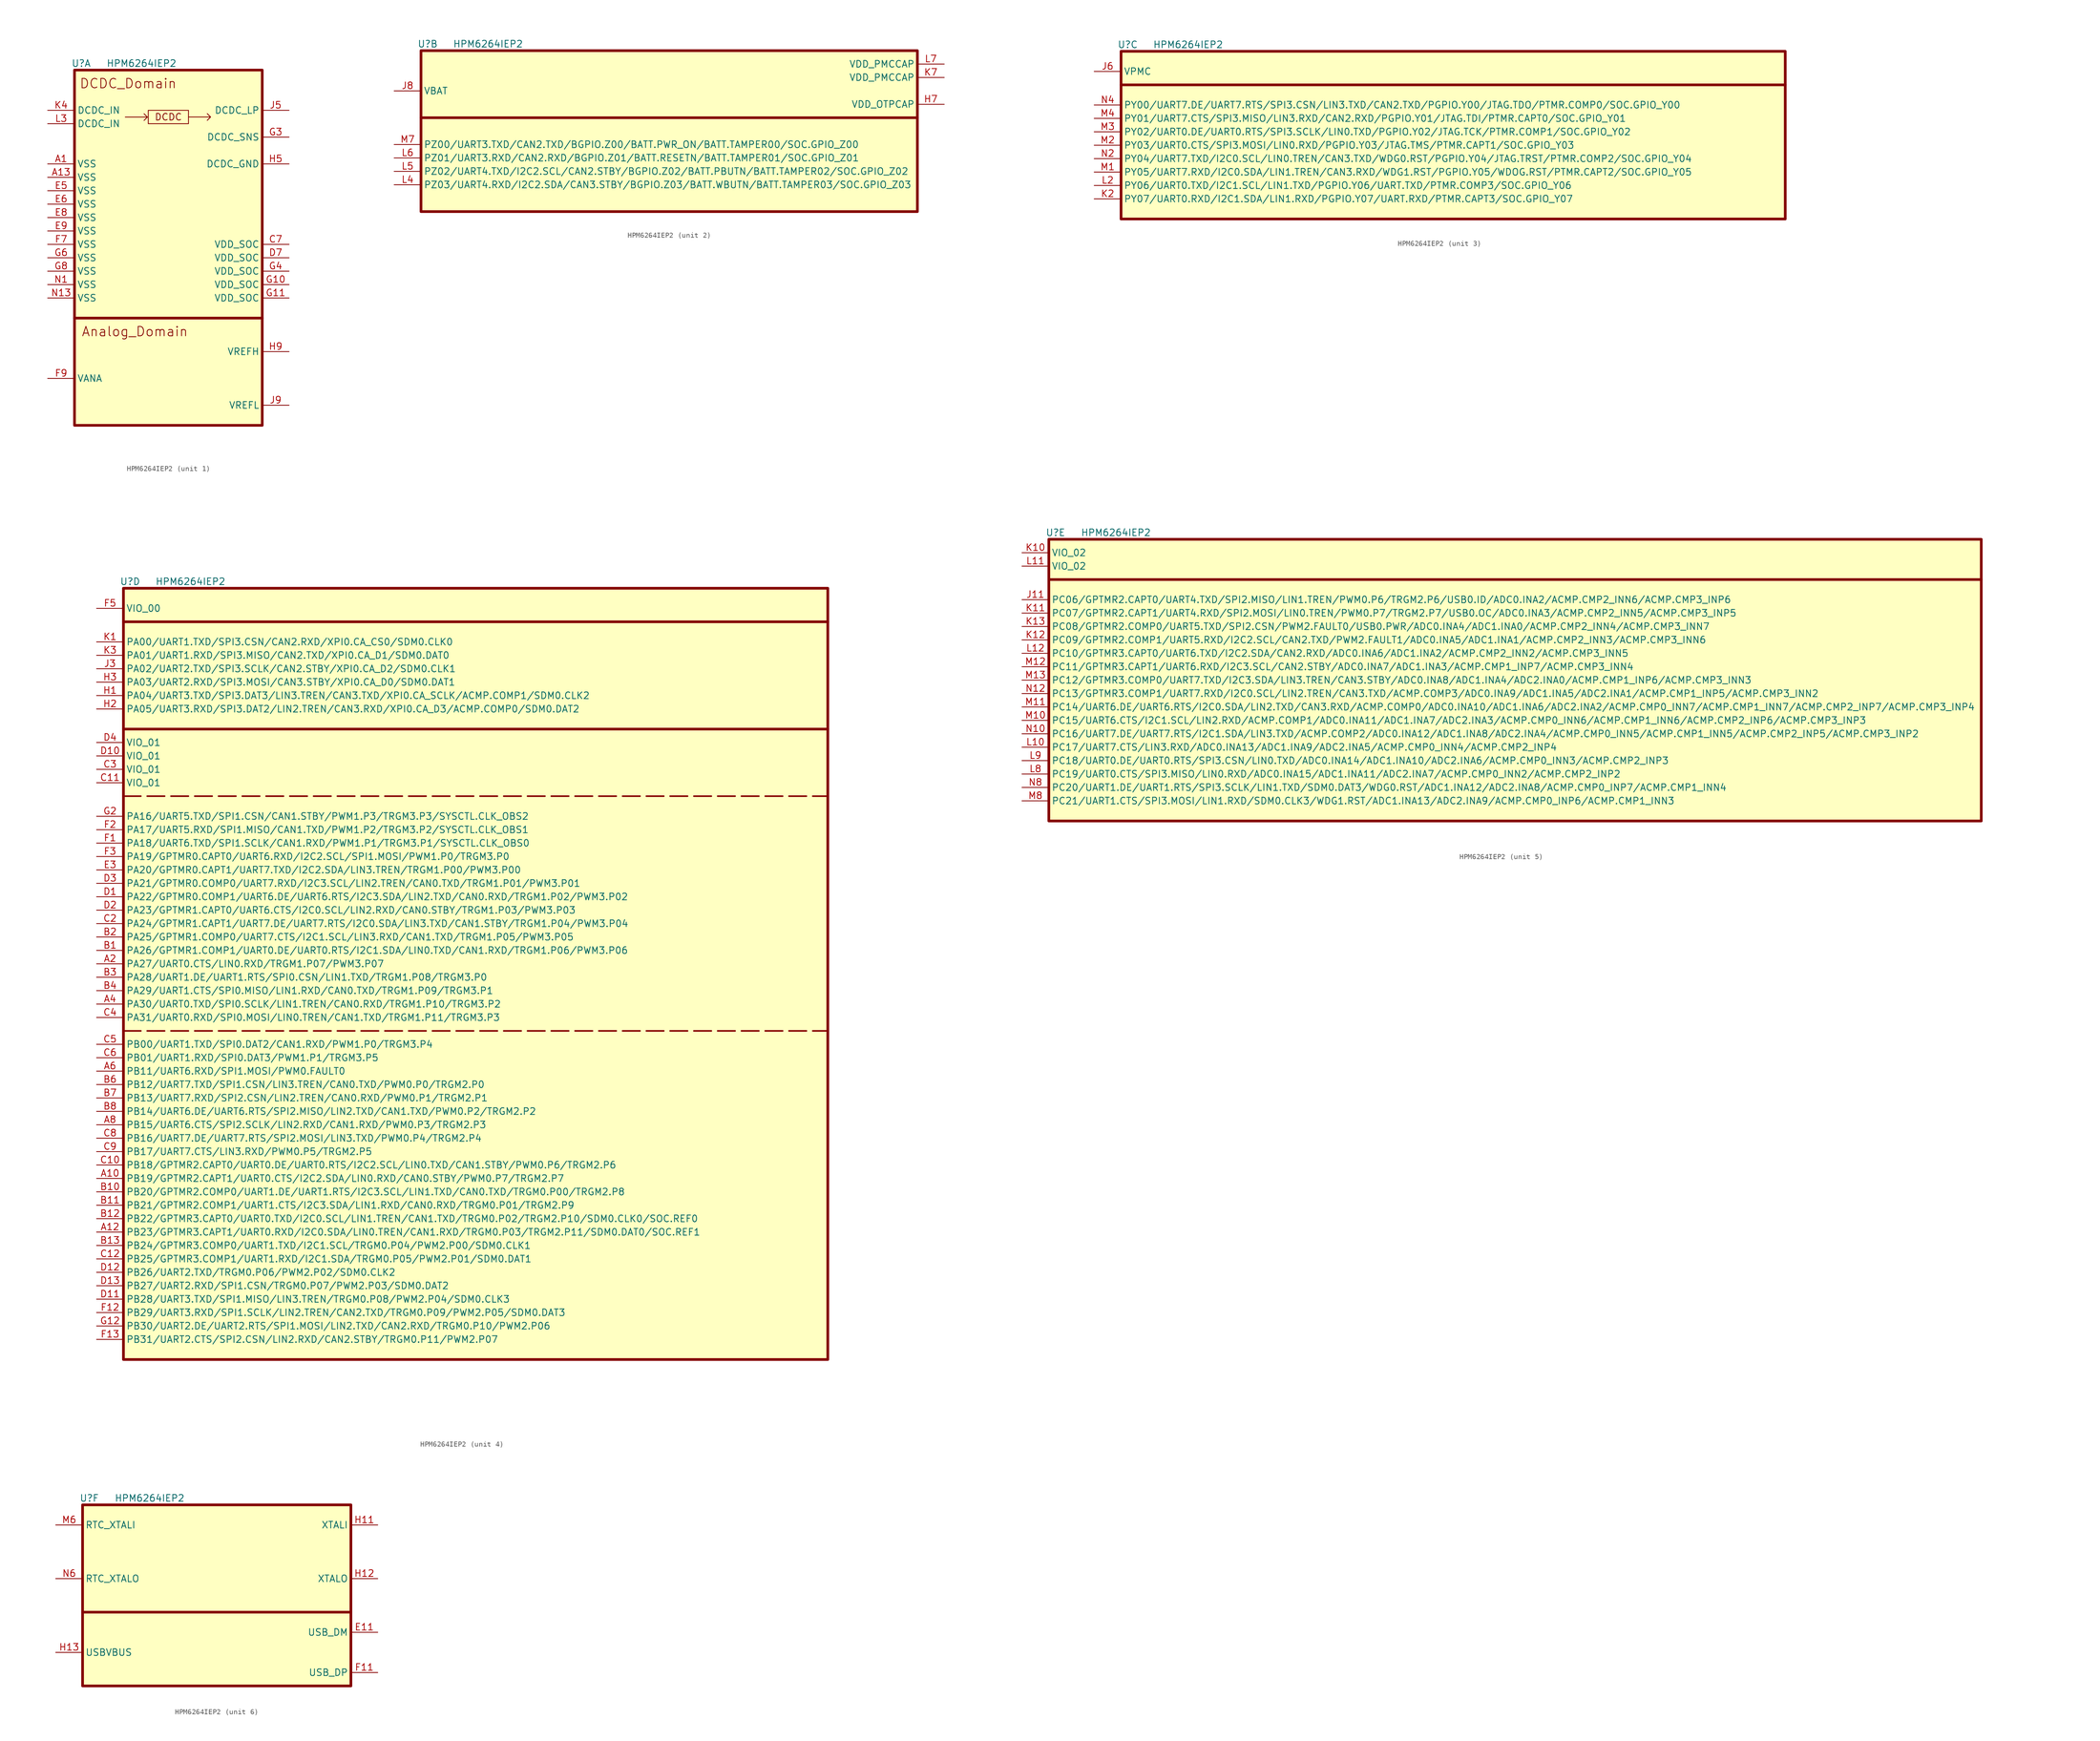
<source format=kicad_sym>
(kicad_symbol_lib
  (version 20220914)
  (generator kicad_symbol_editor)
  (symbol "HPM6264IEP2"
    (property "Reference" "U"
      (at 1.27 1.27 0)
      (effects (font (size 1.27 1.27))))
    (property "Value" "HPM6264IEP2"
      (at 12.7 1.27 0)
      (effects (font (size 1.27 1.27))))
    (symbol "HPM6264IEP2_1_1"
      (polyline (pts (xy 0 -46.99) (xy 35.56 -46.99)) (stroke (width 0.508) (type default)) (fill (type none)))
      (polyline (pts (xy 9.62 -8.907) (xy 9.999 -8.906) (xy 13.809 -8.906) (xy 13.174 -8.271) (xy 13.809 -8.906) (xy 13.174 -9.541)) (stroke (width 0) (type default)) (fill (type none)))
      (polyline (pts (xy 21.59 -8.89) (xy 21.97 -8.889) (xy 25.78 -8.889) (xy 25.145 -8.254) (xy 25.78 -8.889) (xy 25.145 -9.524)) (stroke (width 0) (type default)) (fill (type none)))
      (rectangle (start 0 0) (end 35.56 -67.31) (stroke (width 0.5) (type default)) (fill (type background)))
      (rectangle (start 13.97 -7.62) (end 21.59 -10.16) (stroke (width 0) (type default)) (fill (type none)))
      (text "Analog_Domain" (at 11.43 -49.53 0) (effects (font (size 1.778 1.778))))
      (text "DCDC" (at 17.78 -8.89 0) (effects (font (size 1.27 1.27))))
      (text "DCDC_Domain" (at 10.16 -2.54 0) (effects (font (size 1.778 1.778))))
      (pin power_out line (at -5.08 -17.78 0) (length 5.08) (name "VSS" (effects (font (size 1.27 1.27)))) (number "A1" (effects (font (size 1.27 1.27)))))
      (pin power_out line (at -5.08 -20.32 0) (length 5.08) (name "VSS" (effects (font (size 1.27 1.27)))) (number "A13" (effects (font (size 1.27 1.27)))))
      (pin power_in line (at 40.64 -33.02 180) (length 5.08) (name "VDD_SOC" (effects (font (size 1.27 1.27)))) (number "C7" (effects (font (size 1.27 1.27)))))
      (pin power_in line (at 40.64 -35.56 180) (length 5.08) (name "VDD_SOC" (effects (font (size 1.27 1.27)))) (number "D7" (effects (font (size 1.27 1.27)))))
      (pin power_out line (at -5.08 -22.86 0) (length 5.08) (name "VSS" (effects (font (size 1.27 1.27)))) (number "E5" (effects (font (size 1.27 1.27)))))
      (pin power_out line (at -5.08 -25.4 0) (length 5.08) (name "VSS" (effects (font (size 1.27 1.27)))) (number "E6" (effects (font (size 1.27 1.27)))))
      (pin power_out line (at -5.08 -27.94 0) (length 5.08) (name "VSS" (effects (font (size 1.27 1.27)))) (number "E8" (effects (font (size 1.27 1.27)))))
      (pin power_out line (at -5.08 -30.48 0) (length 5.08) (name "VSS" (effects (font (size 1.27 1.27)))) (number "E9" (effects (font (size 1.27 1.27)))))
      (pin power_out line (at -5.08 -33.02 0) (length 5.08) (name "VSS" (effects (font (size 1.27 1.27)))) (number "F7" (effects (font (size 1.27 1.27)))))
      (pin power_in line (at -5.08 -58.42 0) (length 5.08) (name "VANA" (effects (font (size 1.27 1.27)))) (number "F9" (effects (font (size 1.27 1.27)))))
      (pin power_in line (at 40.64 -40.64 180) (length 5.08) (name "VDD_SOC" (effects (font (size 1.27 1.27)))) (number "G10" (effects (font (size 1.27 1.27)))))
      (pin power_in line (at 40.64 -43.18 180) (length 5.08) (name "VDD_SOC" (effects (font (size 1.27 1.27)))) (number "G11" (effects (font (size 1.27 1.27)))))
      (pin input line (at 40.64 -12.7 180) (length 5.08) (name "DCDC_SNS" (effects (font (size 1.27 1.27)))) (number "G3" (effects (font (size 1.27 1.27)))))
      (pin power_in line (at 40.64 -38.1 180) (length 5.08) (name "VDD_SOC" (effects (font (size 1.27 1.27)))) (number "G4" (effects (font (size 1.27 1.27)))))
      (pin power_out line (at -5.08 -35.56 0) (length 5.08) (name "VSS" (effects (font (size 1.27 1.27)))) (number "G6" (effects (font (size 1.27 1.27)))))
      (pin power_out line (at -5.08 -38.1 0) (length 5.08) (name "VSS" (effects (font (size 1.27 1.27)))) (number "G8" (effects (font (size 1.27 1.27)))))
      (pin power_out line (at 40.64 -17.78 180) (length 5.08) (name "DCDC_GND" (effects (font (size 1.27 1.27)))) (number "H5" (effects (font (size 1.27 1.27)))))
      (pin power_in line (at 40.64 -53.34 180) (length 5.08) (name "VREFH" (effects (font (size 1.27 1.27)))) (number "H9" (effects (font (size 1.27 1.27)))))
      (pin power_out line (at 40.64 -7.62 180) (length 5.08) (name "DCDC_LP" (effects (font (size 1.27 1.27)))) (number "J5" (effects (font (size 1.27 1.27)))))
      (pin power_out line (at 40.64 -63.5 180) (length 5.08) (name "VREFL" (effects (font (size 1.27 1.27)))) (number "J9" (effects (font (size 1.27 1.27)))))
      (pin power_in line (at -5.08 -7.62 0) (length 5.08) (name "DCDC_IN" (effects (font (size 1.27 1.27)))) (number "K4" (effects (font (size 1.27 1.27)))))
      (pin power_in line (at -5.08 -10.16 0) (length 5.08) (name "DCDC_IN" (effects (font (size 1.27 1.27)))) (number "L3" (effects (font (size 1.27 1.27)))))
      (pin power_out line (at -5.08 -40.64 0) (length 5.08) (name "VSS" (effects (font (size 1.27 1.27)))) (number "N1" (effects (font (size 1.27 1.27)))))
      (pin power_out line (at -5.08 -43.18 0) (length 5.08) (name "VSS" (effects (font (size 1.27 1.27)))) (number "N13" (effects (font (size 1.27 1.27))))))
    (symbol "HPM6264IEP2_2_1"
      (polyline (pts (xy 0 -12.7) (xy 93.98 -12.7)) (stroke (width 0.5) (type default)) (fill (type none)))
      (rectangle (start 0 0) (end 93.98 -30.48) (stroke (width 0.508) (type default)) (fill (type background)))
      (pin power_out line (at 99.06 -10.16 180) (length 5.08) (name "VDD_OTPCAP" (effects (font (size 1.27 1.27)))) (number "H7" (effects (font (size 1.27 1.27)))))
      (pin power_in line (at -5.08 -7.62 0) (length 5.08) (name "VBAT" (effects (font (size 1.27 1.27)))) (number "J8" (effects (font (size 1.27 1.27)))))
      (pin power_out line (at 99.06 -5.08 180) (length 5.08) (name "VDD_PMCCAP" (effects (font (size 1.27 1.27)))) (number "K7" (effects (font (size 1.27 1.27)))))
      (pin bidirectional line (at -5.08 -25.4 0) (length 5.08) (name "PZ03/UART4.RXD/I2C2.SDA/CAN3.STBY/BGPIO.Z03/BATT.WBUTN/BATT.TAMPER03/SOC.GPIO_Z03" (effects (font (size 1.27 1.27)))) (number "L4" (effects (font (size 1.27 1.27)))))
      (pin bidirectional line (at -5.08 -22.86 0) (length 5.08) (name "PZ02/UART4.TXD/I2C2.SCL/CAN2.STBY/BGPIO.Z02/BATT.PBUTN/BATT.TAMPER02/SOC.GPIO_Z02" (effects (font (size 1.27 1.27)))) (number "L5" (effects (font (size 1.27 1.27)))))
      (pin bidirectional line (at -5.08 -20.32 0) (length 5.08) (name "PZ01/UART3.RXD/CAN2.RXD/BGPIO.Z01/BATT.RESETN/BATT.TAMPER01/SOC.GPIO_Z01" (effects (font (size 1.27 1.27)))) (number "L6" (effects (font (size 1.27 1.27)))))
      (pin power_out line (at 99.06 -2.54 180) (length 5.08) (name "VDD_PMCCAP" (effects (font (size 1.27 1.27)))) (number "L7" (effects (font (size 1.27 1.27)))))
      (pin bidirectional line (at -5.08 -17.78 0) (length 5.08) (name "PZ00/UART3.TXD/CAN2.TXD/BGPIO.Z00/BATT.PWR_ON/BATT.TAMPER00/SOC.GPIO_Z00" (effects (font (size 1.27 1.27)))) (number "M7" (effects (font (size 1.27 1.27))))))
    (symbol "HPM6264IEP2_3_1"
      (polyline (pts (xy 0 -6.35) (xy 125.73 -6.35)) (stroke (width 0.5) (type default)) (fill (type none)))
      (rectangle (start 0 0) (end 125.73 -31.75) (stroke (width 0.508) (type default)) (fill (type background)))
      (pin bidirectional line (at -5.08 -3.81 0) (length 5.08) (name "VPMC" (effects (font (size 1.27 1.27)))) (number "J6" (effects (font (size 1.27 1.27)))))
      (pin bidirectional line (at -5.08 -27.94 0) (length 5.08) (name "PY07/UART0.RXD/I2C1.SDA/LIN1.RXD/PGPIO.Y07/UART.RXD/PTMR.CAPT3/SOC.GPIO_Y07" (effects (font (size 1.27 1.27)))) (number "K2" (effects (font (size 1.27 1.27)))))
      (pin bidirectional line (at -5.08 -25.4 0) (length 5.08) (name "PY06/UART0.TXD/I2C1.SCL/LIN1.TXD/PGPIO.Y06/UART.TXD/PTMR.COMP3/SOC.GPIO_Y06" (effects (font (size 1.27 1.27)))) (number "L2" (effects (font (size 1.27 1.27)))))
      (pin bidirectional line (at -5.08 -22.86 0) (length 5.08) (name "PY05/UART7.RXD/I2C0.SDA/LIN1.TREN/CAN3.RXD/WDG1.RST/PGPIO.Y05/WDOG.RST/PTMR.CAPT2/SOC.GPIO_Y05" (effects (font (size 1.27 1.27)))) (number "M1" (effects (font (size 1.27 1.27)))))
      (pin bidirectional line (at -5.08 -17.78 0) (length 5.08) (name "PY03/UART0.CTS/SPI3.MOSI/LIN0.RXD/PGPIO.Y03/JTAG.TMS/PTMR.CAPT1/SOC.GPIO_Y03" (effects (font (size 1.27 1.27)))) (number "M2" (effects (font (size 1.27 1.27)))))
      (pin bidirectional line (at -5.08 -15.24 0) (length 5.08) (name "PY02/UART0.DE/UART0.RTS/SPI3.SCLK/LIN0.TXD/PGPIO.Y02/JTAG.TCK/PTMR.COMP1/SOC.GPIO_Y02" (effects (font (size 1.27 1.27)))) (number "M3" (effects (font (size 1.27 1.27)))))
      (pin bidirectional line (at -5.08 -12.7 0) (length 5.08) (name "PY01/UART7.CTS/SPI3.MISO/LIN3.RXD/CAN2.RXD/PGPIO.Y01/JTAG.TDI/PTMR.CAPT0/SOC.GPIO_Y01" (effects (font (size 1.27 1.27)))) (number "M4" (effects (font (size 1.27 1.27)))))
      (pin bidirectional line (at -5.08 -20.32 0) (length 5.08) (name "PY04/UART7.TXD/I2C0.SCL/LIN0.TREN/CAN3.TXD/WDG0.RST/PGPIO.Y04/JTAG.TRST/PTMR.COMP2/SOC.GPIO_Y04" (effects (font (size 1.27 1.27)))) (number "N2" (effects (font (size 1.27 1.27)))))
      (pin bidirectional line (at -5.08 -10.16 0) (length 5.08) (name "PY00/UART7.DE/UART7.RTS/SPI3.CSN/LIN3.TXD/CAN2.TXD/PGPIO.Y00/JTAG.TDO/PTMR.COMP0/SOC.GPIO_Y00" (effects (font (size 1.27 1.27)))) (number "N4" (effects (font (size 1.27 1.27))))))
    (symbol "HPM6264IEP2_4_1"
      (polyline (pts (xy 0 -83.82) (xy 133.35 -83.82)) (stroke (width 0.3) (type dash)) (fill (type none)))
      (polyline (pts (xy 0 -39.37) (xy 133.35 -39.37)) (stroke (width 0.3) (type dash)) (fill (type none)))
      (polyline (pts (xy 0 -26.67) (xy 133.35 -26.67)) (stroke (width 0.5) (type default)) (fill (type none)))
      (polyline (pts (xy 0 -6.35) (xy 133.35 -6.35)) (stroke (width 0.5) (type default)) (fill (type none)))
      (rectangle (start 0 0) (end 133.35 -146.05) (stroke (width 0.508) (type default)) (fill (type background)))
      (pin bidirectional line (at -5.08 -111.76 0) (length 5.08) (name "PB19/GPTMR2.CAPT1/UART0.CTS/I2C2.SDA/LIN0.RXD/CAN0.STBY/PWM0.P7/TRGM2.P7" (effects (font (size 1.27 1.27)))) (number "A10" (effects (font (size 1.27 1.27)))))
      (pin bidirectional line (at -5.08 -121.92 0) (length 5.08) (name "PB23/GPTMR3.CAPT1/UART0.RXD/I2C0.SDA/LIN0.TREN/CAN1.RXD/TRGM0.P03/TRGM2.P11/SDM0.DAT0/SOC.REF1" (effects (font (size 1.27 1.27)))) (number "A12" (effects (font (size 1.27 1.27)))))
      (pin bidirectional line (at -5.08 -71.12 0) (length 5.08) (name "PA27/UART0.CTS/LIN0.RXD/TRGM1.P07/PWM3.P07" (effects (font (size 1.27 1.27)))) (number "A2" (effects (font (size 1.27 1.27)))))
      (pin bidirectional line (at -5.08 -78.74 0) (length 5.08) (name "PA30/UART0.TXD/SPI0.SCLK/LIN1.TREN/CAN0.RXD/TRGM1.P10/TRGM3.P2" (effects (font (size 1.27 1.27)))) (number "A4" (effects (font (size 1.27 1.27)))))
      (pin bidirectional line (at -5.08 -91.44 0) (length 5.08) (name "PB11/UART6.RXD/SPI1.MOSI/PWM0.FAULT0" (effects (font (size 1.27 1.27)))) (number "A6" (effects (font (size 1.27 1.27)))))
      (pin bidirectional line (at -5.08 -101.6 0) (length 5.08) (name "PB15/UART6.CTS/SPI2.SCLK/LIN2.RXD/CAN1.RXD/PWM0.P3/TRGM2.P3" (effects (font (size 1.27 1.27)))) (number "A8" (effects (font (size 1.27 1.27)))))
      (pin bidirectional line (at -5.08 -68.58 0) (length 5.08) (name "PA26/GPTMR1.COMP1/UART0.DE/UART0.RTS/I2C1.SDA/LIN0.TXD/CAN1.RXD/TRGM1.P06/PWM3.P06" (effects (font (size 1.27 1.27)))) (number "B1" (effects (font (size 1.27 1.27)))))
      (pin bidirectional line (at -5.08 -114.3 0) (length 5.08) (name "PB20/GPTMR2.COMP0/UART1.DE/UART1.RTS/I2C3.SCL/LIN1.TXD/CAN0.TXD/TRGM0.P00/TRGM2.P8" (effects (font (size 1.27 1.27)))) (number "B10" (effects (font (size 1.27 1.27)))))
      (pin bidirectional line (at -5.08 -116.84 0) (length 5.08) (name "PB21/GPTMR2.COMP1/UART1.CTS/I2C3.SDA/LIN1.RXD/CAN0.RXD/TRGM0.P01/TRGM2.P9" (effects (font (size 1.27 1.27)))) (number "B11" (effects (font (size 1.27 1.27)))))
      (pin bidirectional line (at -5.08 -119.38 0) (length 5.08) (name "PB22/GPTMR3.CAPT0/UART0.TXD/I2C0.SCL/LIN1.TREN/CAN1.TXD/TRGM0.P02/TRGM2.P10/SDM0.CLK0/SOC.REF0" (effects (font (size 1.27 1.27)))) (number "B12" (effects (font (size 1.27 1.27)))))
      (pin bidirectional line (at -5.08 -124.46 0) (length 5.08) (name "PB24/GPTMR3.COMP0/UART1.TXD/I2C1.SCL/TRGM0.P04/PWM2.P00/SDM0.CLK1" (effects (font (size 1.27 1.27)))) (number "B13" (effects (font (size 1.27 1.27)))))
      (pin bidirectional line (at -5.08 -66.04 0) (length 5.08) (name "PA25/GPTMR1.COMP0/UART7.CTS/I2C1.SCL/LIN3.RXD/CAN1.TXD/TRGM1.P05/PWM3.P05" (effects (font (size 1.27 1.27)))) (number "B2" (effects (font (size 1.27 1.27)))))
      (pin bidirectional line (at -5.08 -73.66 0) (length 5.08) (name "PA28/UART1.DE/UART1.RTS/SPI0.CSN/LIN1.TXD/TRGM1.P08/TRGM3.P0" (effects (font (size 1.27 1.27)))) (number "B3" (effects (font (size 1.27 1.27)))))
      (pin bidirectional line (at -5.08 -76.2 0) (length 5.08) (name "PA29/UART1.CTS/SPI0.MISO/LIN1.RXD/CAN0.TXD/TRGM1.P09/TRGM3.P1" (effects (font (size 1.27 1.27)))) (number "B4" (effects (font (size 1.27 1.27)))))
      (pin bidirectional line (at -5.08 -93.98 0) (length 5.08) (name "PB12/UART7.TXD/SPI1.CSN/LIN3.TREN/CAN0.TXD/PWM0.P0/TRGM2.P0" (effects (font (size 1.27 1.27)))) (number "B6" (effects (font (size 1.27 1.27)))))
      (pin bidirectional line (at -5.08 -96.52 0) (length 5.08) (name "PB13/UART7.RXD/SPI2.CSN/LIN2.TREN/CAN0.RXD/PWM0.P1/TRGM2.P1" (effects (font (size 1.27 1.27)))) (number "B7" (effects (font (size 1.27 1.27)))))
      (pin bidirectional line (at -5.08 -99.06 0) (length 5.08) (name "PB14/UART6.DE/UART6.RTS/SPI2.MISO/LIN2.TXD/CAN1.TXD/PWM0.P2/TRGM2.P2" (effects (font (size 1.27 1.27)))) (number "B8" (effects (font (size 1.27 1.27)))))
      (pin bidirectional line (at -5.08 -109.22 0) (length 5.08) (name "PB18/GPTMR2.CAPT0/UART0.DE/UART0.RTS/I2C2.SCL/LIN0.TXD/CAN1.STBY/PWM0.P6/TRGM2.P6" (effects (font (size 1.27 1.27)))) (number "C10" (effects (font (size 1.27 1.27)))))
      (pin power_in line (at -5.08 -36.83 0) (length 5.08) (name "VIO_01" (effects (font (size 1.27 1.27)))) (number "C11" (effects (font (size 1.27 1.27)))))
      (pin bidirectional line (at -5.08 -127 0) (length 5.08) (name "PB25/GPTMR3.COMP1/UART1.RXD/I2C1.SDA/TRGM0.P05/PWM2.P01/SDM0.DAT1" (effects (font (size 1.27 1.27)))) (number "C12" (effects (font (size 1.27 1.27)))))
      (pin bidirectional line (at -5.08 -63.5 0) (length 5.08) (name "PA24/GPTMR1.CAPT1/UART7.DE/UART7.RTS/I2C0.SDA/LIN3.TXD/CAN1.STBY/TRGM1.P04/PWM3.P04" (effects (font (size 1.27 1.27)))) (number "C2" (effects (font (size 1.27 1.27)))))
      (pin power_in line (at -5.08 -34.29 0) (length 5.08) (name "VIO_01" (effects (font (size 1.27 1.27)))) (number "C3" (effects (font (size 1.27 1.27)))))
      (pin bidirectional line (at -5.08 -81.28 0) (length 5.08) (name "PA31/UART0.RXD/SPI0.MOSI/LIN0.TREN/CAN1.TXD/TRGM1.P11/TRGM3.P3" (effects (font (size 1.27 1.27)))) (number "C4" (effects (font (size 1.27 1.27)))))
      (pin bidirectional line (at -5.08 -86.36 0) (length 5.08) (name "PB00/UART1.TXD/SPI0.DAT2/CAN1.RXD/PWM1.P0/TRGM3.P4" (effects (font (size 1.27 1.27)))) (number "C5" (effects (font (size 1.27 1.27)))))
      (pin bidirectional line (at -5.08 -88.9 0) (length 5.08) (name "PB01/UART1.RXD/SPI0.DAT3/PWM1.P1/TRGM3.P5" (effects (font (size 1.27 1.27)))) (number "C6" (effects (font (size 1.27 1.27)))))
      (pin bidirectional line (at -5.08 -104.14 0) (length 5.08) (name "PB16/UART7.DE/UART7.RTS/SPI2.MOSI/LIN3.TXD/PWM0.P4/TRGM2.P4" (effects (font (size 1.27 1.27)))) (number "C8" (effects (font (size 1.27 1.27)))))
      (pin bidirectional line (at -5.08 -106.68 0) (length 5.08) (name "PB17/UART7.CTS/LIN3.RXD/PWM0.P5/TRGM2.P5" (effects (font (size 1.27 1.27)))) (number "C9" (effects (font (size 1.27 1.27)))))
      (pin bidirectional line (at -5.08 -58.42 0) (length 5.08) (name "PA22/GPTMR0.COMP1/UART6.DE/UART6.RTS/I2C3.SDA/LIN2.TXD/CAN0.RXD/TRGM1.P02/PWM3.P02" (effects (font (size 1.27 1.27)))) (number "D1" (effects (font (size 1.27 1.27)))))
      (pin power_in line (at -5.08 -31.75 0) (length 5.08) (name "VIO_01" (effects (font (size 1.27 1.27)))) (number "D10" (effects (font (size 1.27 1.27)))))
      (pin bidirectional line (at -5.08 -134.62 0) (length 5.08) (name "PB28/UART3.TXD/SPI1.MISO/LIN3.TREN/TRGM0.P08/PWM2.P04/SDM0.CLK3" (effects (font (size 1.27 1.27)))) (number "D11" (effects (font (size 1.27 1.27)))))
      (pin bidirectional line (at -5.08 -129.54 0) (length 5.08) (name "PB26/UART2.TXD/TRGM0.P06/PWM2.P02/SDM0.CLK2" (effects (font (size 1.27 1.27)))) (number "D12" (effects (font (size 1.27 1.27)))))
      (pin bidirectional line (at -5.08 -132.08 0) (length 5.08) (name "PB27/UART2.RXD/SPI1.CSN/TRGM0.P07/PWM2.P03/SDM0.DAT2" (effects (font (size 1.27 1.27)))) (number "D13" (effects (font (size 1.27 1.27)))))
      (pin bidirectional line (at -5.08 -60.96 0) (length 5.08) (name "PA23/GPTMR1.CAPT0/UART6.CTS/I2C0.SCL/LIN2.RXD/CAN0.STBY/TRGM1.P03/PWM3.P03" (effects (font (size 1.27 1.27)))) (number "D2" (effects (font (size 1.27 1.27)))))
      (pin bidirectional line (at -5.08 -55.88 0) (length 5.08) (name "PA21/GPTMR0.COMP0/UART7.RXD/I2C3.SCL/LIN2.TREN/CAN0.TXD/TRGM1.P01/PWM3.P01" (effects (font (size 1.27 1.27)))) (number "D3" (effects (font (size 1.27 1.27)))))
      (pin power_in line (at -5.08 -29.21 0) (length 5.08) (name "VIO_01" (effects (font (size 1.27 1.27)))) (number "D4" (effects (font (size 1.27 1.27)))))
      (pin bidirectional line (at -5.08 -53.34 0) (length 5.08) (name "PA20/GPTMR0.CAPT1/UART7.TXD/I2C2.SDA/LIN3.TREN/TRGM1.P00/PWM3.P00" (effects (font (size 1.27 1.27)))) (number "E3" (effects (font (size 1.27 1.27)))))
      (pin bidirectional line (at -5.08 -48.26 0) (length 5.08) (name "PA18/UART6.TXD/SPI1.SCLK/CAN1.RXD/PWM1.P1/TRGM3.P1/SYSCTL.CLK_OBS0" (effects (font (size 1.27 1.27)))) (number "F1" (effects (font (size 1.27 1.27)))))
      (pin bidirectional line (at -5.08 -137.16 0) (length 5.08) (name "PB29/UART3.RXD/SPI1.SCLK/LIN2.TREN/CAN2.TXD/TRGM0.P09/PWM2.P05/SDM0.DAT3" (effects (font (size 1.27 1.27)))) (number "F12" (effects (font (size 1.27 1.27)))))
      (pin bidirectional line (at -5.08 -142.24 0) (length 5.08) (name "PB31/UART2.CTS/SPI2.CSN/LIN2.RXD/CAN2.STBY/TRGM0.P11/PWM2.P07" (effects (font (size 1.27 1.27)))) (number "F13" (effects (font (size 1.27 1.27)))))
      (pin bidirectional line (at -5.08 -45.72 0) (length 5.08) (name "PA17/UART5.RXD/SPI1.MISO/CAN1.TXD/PWM1.P2/TRGM3.P2/SYSCTL.CLK_OBS1" (effects (font (size 1.27 1.27)))) (number "F2" (effects (font (size 1.27 1.27)))))
      (pin bidirectional line (at -5.08 -50.8 0) (length 5.08) (name "PA19/GPTMR0.CAPT0/UART6.RXD/I2C2.SCL/SPI1.MOSI/PWM1.P0/TRGM3.P0" (effects (font (size 1.27 1.27)))) (number "F3" (effects (font (size 1.27 1.27)))))
      (pin power_in line (at -5.08 -3.81 0) (length 5.08) (name "VIO_00" (effects (font (size 1.27 1.27)))) (number "F5" (effects (font (size 1.27 1.27)))))
      (pin bidirectional line (at -5.08 -139.7 0) (length 5.08) (name "PB30/UART2.DE/UART2.RTS/SPI1.MOSI/LIN2.TXD/CAN2.RXD/TRGM0.P10/PWM2.P06" (effects (font (size 1.27 1.27)))) (number "G12" (effects (font (size 1.27 1.27)))))
      (pin bidirectional line (at -5.08 -43.18 0) (length 5.08) (name "PA16/UART5.TXD/SPI1.CSN/CAN1.STBY/PWM1.P3/TRGM3.P3/SYSCTL.CLK_OBS2" (effects (font (size 1.27 1.27)))) (number "G2" (effects (font (size 1.27 1.27)))))
      (pin bidirectional line (at -5.08 -20.32 0) (length 5.08) (name "PA04/UART3.TXD/SPI3.DAT3/LIN3.TREN/CAN3.TXD/XPI0.CA_SCLK/ACMP.COMP1/SDM0.CLK2" (effects (font (size 1.27 1.27)))) (number "H1" (effects (font (size 1.27 1.27)))))
      (pin bidirectional line (at -5.08 -22.86 0) (length 5.08) (name "PA05/UART3.RXD/SPI3.DAT2/LIN2.TREN/CAN3.RXD/XPI0.CA_D3/ACMP.COMP0/SDM0.DAT2" (effects (font (size 1.27 1.27)))) (number "H2" (effects (font (size 1.27 1.27)))))
      (pin bidirectional line (at -5.08 -17.78 0) (length 5.08) (name "PA03/UART2.RXD/SPI3.MOSI/CAN3.STBY/XPI0.CA_D0/SDM0.DAT1" (effects (font (size 1.27 1.27)))) (number "H3" (effects (font (size 1.27 1.27)))))
      (pin bidirectional line (at -5.08 -15.24 0) (length 5.08) (name "PA02/UART2.TXD/SPI3.SCLK/CAN2.STBY/XPI0.CA_D2/SDM0.CLK1" (effects (font (size 1.27 1.27)))) (number "J3" (effects (font (size 1.27 1.27)))))
      (pin bidirectional line (at -5.08 -10.16 0) (length 5.08) (name "PA00/UART1.TXD/SPI3.CSN/CAN2.RXD/XPI0.CA_CS0/SDM0.CLK0" (effects (font (size 1.27 1.27)))) (number "K1" (effects (font (size 1.27 1.27)))))
      (pin bidirectional line (at -5.08 -12.7 0) (length 5.08) (name "PA01/UART1.RXD/SPI3.MISO/CAN2.TXD/XPI0.CA_D1/SDM0.DAT0" (effects (font (size 1.27 1.27)))) (number "K3" (effects (font (size 1.27 1.27))))))
    (symbol "HPM6264IEP2_5_1"
      (polyline (pts (xy 176.53 -7.62) (xy 0 -7.62)) (stroke (width 0.5) (type default)) (fill (type none)))
      (rectangle (start 0 0) (end 176.53 -53.34) (stroke (width 0.508) (type default)) (fill (type background)))
      (pin bidirectional line (at -5.08 -11.43 0) (length 5.08) (name "PC06/GPTMR2.CAPT0/UART4.TXD/SPI2.MISO/LIN1.TREN/PWM0.P6/TRGM2.P6/USB0.ID/ADC0.INA2/ACMP.CMP2_INN6/ACMP.CMP3_INP6" (effects (font (size 1.27 1.27)))) (number "J11" (effects (font (size 1.27 1.27)))))
      (pin power_in line (at -5.08 -2.54 0) (length 5.08) (name "VIO_02" (effects (font (size 1.27 1.27)))) (number "K10" (effects (font (size 1.27 1.27)))))
      (pin bidirectional line (at -5.08 -13.97 0) (length 5.08) (name "PC07/GPTMR2.CAPT1/UART4.RXD/SPI2.MOSI/LIN0.TREN/PWM0.P7/TRGM2.P7/USB0.OC/ADC0.INA3/ACMP.CMP2_INN5/ACMP.CMP3_INP5" (effects (font (size 1.27 1.27)))) (number "K11" (effects (font (size 1.27 1.27)))))
      (pin bidirectional line (at -5.08 -19.05 0) (length 5.08) (name "PC09/GPTMR2.COMP1/UART5.RXD/I2C2.SCL/CAN2.TXD/PWM2.FAULT1/ADC0.INA5/ADC1.INA1/ACMP.CMP2_INN3/ACMP.CMP3_INN6" (effects (font (size 1.27 1.27)))) (number "K12" (effects (font (size 1.27 1.27)))))
      (pin bidirectional line (at -5.08 -16.51 0) (length 5.08) (name "PC08/GPTMR2.COMP0/UART5.TXD/SPI2.CSN/PWM2.FAULT0/USB0.PWR/ADC0.INA4/ADC1.INA0/ACMP.CMP2_INN4/ACMP.CMP3_INN7" (effects (font (size 1.27 1.27)))) (number "K13" (effects (font (size 1.27 1.27)))))
      (pin bidirectional line (at -5.08 -39.37 0) (length 5.08) (name "PC17/UART7.CTS/LIN3.RXD/ADC0.INA13/ADC1.INA9/ADC2.INA5/ACMP.CMP0_INN4/ACMP.CMP2_INP4" (effects (font (size 1.27 1.27)))) (number "L10" (effects (font (size 1.27 1.27)))))
      (pin power_in line (at -5.08 -5.08 0) (length 5.08) (name "VIO_02" (effects (font (size 1.27 1.27)))) (number "L11" (effects (font (size 1.27 1.27)))))
      (pin bidirectional line (at -5.08 -21.59 0) (length 5.08) (name "PC10/GPTMR3.CAPT0/UART6.TXD/I2C2.SDA/CAN2.RXD/ADC0.INA6/ADC1.INA2/ACMP.CMP2_INN2/ACMP.CMP3_INN5" (effects (font (size 1.27 1.27)))) (number "L12" (effects (font (size 1.27 1.27)))))
      (pin bidirectional line (at -5.08 -44.45 0) (length 5.08) (name "PC19/UART0.CTS/SPI3.MISO/LIN0.RXD/ADC0.INA15/ADC1.INA11/ADC2.INA7/ACMP.CMP0_INN2/ACMP.CMP2_INP2" (effects (font (size 1.27 1.27)))) (number "L8" (effects (font (size 1.27 1.27)))))
      (pin bidirectional line (at -5.08 -41.91 0) (length 5.08) (name "PC18/UART0.DE/UART0.RTS/SPI3.CSN/LIN0.TXD/ADC0.INA14/ADC1.INA10/ADC2.INA6/ACMP.CMP0_INN3/ACMP.CMP2_INP3" (effects (font (size 1.27 1.27)))) (number "L9" (effects (font (size 1.27 1.27)))))
      (pin bidirectional line (at -5.08 -34.29 0) (length 5.08) (name "PC15/UART6.CTS/I2C1.SCL/LIN2.RXD/ACMP.COMP1/ADC0.INA11/ADC1.INA7/ADC2.INA3/ACMP.CMP0_INN6/ACMP.CMP1_INN6/ACMP.CMP2_INP6/ACMP.CMP3_INP3" (effects (font (size 1.27 1.27)))) (number "M10" (effects (font (size 1.27 1.27)))))
      (pin bidirectional line (at -5.08 -31.75 0) (length 5.08) (name "PC14/UART6.DE/UART6.RTS/I2C0.SDA/LIN2.TXD/CAN3.RXD/ACMP.COMP0/ADC0.INA10/ADC1.INA6/ADC2.INA2/ACMP.CMP0_INN7/ACMP.CMP1_INN7/ACMP.CMP2_INP7/ACMP.CMP3_INP4" (effects (font (size 1.27 1.27)))) (number "M11" (effects (font (size 1.27 1.27)))))
      (pin bidirectional line (at -5.08 -24.13 0) (length 5.08) (name "PC11/GPTMR3.CAPT1/UART6.RXD/I2C3.SCL/CAN2.STBY/ADC0.INA7/ADC1.INA3/ACMP.CMP1_INP7/ACMP.CMP3_INN4" (effects (font (size 1.27 1.27)))) (number "M12" (effects (font (size 1.27 1.27)))))
      (pin bidirectional line (at -5.08 -26.67 0) (length 5.08) (name "PC12/GPTMR3.COMP0/UART7.TXD/I2C3.SDA/LIN3.TREN/CAN3.STBY/ADC0.INA8/ADC1.INA4/ADC2.INA0/ACMP.CMP1_INP6/ACMP.CMP3_INN3" (effects (font (size 1.27 1.27)))) (number "M13" (effects (font (size 1.27 1.27)))))
      (pin bidirectional line (at -5.08 -49.53 0) (length 5.08) (name "PC21/UART1.CTS/SPI3.MOSI/LIN1.RXD/SDM0.CLK3/WDG1.RST/ADC1.INA13/ADC2.INA9/ACMP.CMP0_INP6/ACMP.CMP1_INN3" (effects (font (size 1.27 1.27)))) (number "M8" (effects (font (size 1.27 1.27)))))
      (pin bidirectional line (at -5.08 -36.83 0) (length 5.08) (name "PC16/UART7.DE/UART7.RTS/I2C1.SDA/LIN3.TXD/ACMP.COMP2/ADC0.INA12/ADC1.INA8/ADC2.INA4/ACMP.CMP0_INN5/ACMP.CMP1_INN5/ACMP.CMP2_INP5/ACMP.CMP3_INP2" (effects (font (size 1.27 1.27)))) (number "N10" (effects (font (size 1.27 1.27)))))
      (pin bidirectional line (at -5.08 -29.21 0) (length 5.08) (name "PC13/GPTMR3.COMP1/UART7.RXD/I2C0.SCL/LIN2.TREN/CAN3.TXD/ACMP.COMP3/ADC0.INA9/ADC1.INA5/ADC2.INA1/ACMP.CMP1_INP5/ACMP.CMP3_INN2" (effects (font (size 1.27 1.27)))) (number "N12" (effects (font (size 1.27 1.27)))))
      (pin bidirectional line (at -5.08 -46.99 0) (length 5.08) (name "PC20/UART1.DE/UART1.RTS/SPI3.SCLK/LIN1.TXD/SDM0.DAT3/WDG0.RST/ADC1.INA12/ADC2.INA8/ACMP.CMP0_INP7/ACMP.CMP1_INN4" (effects (font (size 1.27 1.27)))) (number "N8" (effects (font (size 1.27 1.27))))))
    (symbol "HPM6264IEP2_6_1"
      (polyline (pts (xy 0 -20.32) (xy 50.8 -20.32)) (stroke (width 0.5) (type default)) (fill (type none)))
      (rectangle (start 0 0) (end 50.8 -34.29) (stroke (width 0.508) (type default)) (fill (type background)))
      (pin bidirectional line (at 55.88 -24.13 180) (length 5.08) (name "USB_DM" (effects (font (size 1.27 1.27)))) (number "E11" (effects (font (size 1.27 1.27)))))
      (pin bidirectional line (at 55.88 -31.75 180) (length 5.08) (name "USB_DP" (effects (font (size 1.27 1.27)))) (number "F11" (effects (font (size 1.27 1.27)))))
      (pin input line (at 55.88 -3.81 180) (length 5.08) (name "XTALI" (effects (font (size 1.27 1.27)))) (number "H11" (effects (font (size 1.27 1.27)))))
      (pin output line (at 55.88 -13.97 180) (length 5.08) (name "XTALO" (effects (font (size 1.27 1.27)))) (number "H12" (effects (font (size 1.27 1.27)))))
      (pin power_in line (at -5.08 -27.94 0) (length 5.08) (name "USBVBUS" (effects (font (size 1.27 1.27)))) (number "H13" (effects (font (size 1.27 1.27)))))
      (pin input line (at -5.08 -3.81 0) (length 5.08) (name "RTC_XTALI" (effects (font (size 1.27 1.27)))) (number "M6" (effects (font (size 1.27 1.27)))))
      (pin output line (at -5.08 -13.97 0) (length 5.08) (name "RTC_XTALO" (effects (font (size 1.27 1.27)))) (number "N6" (effects (font (size 1.27 1.27))))))))
</source>
